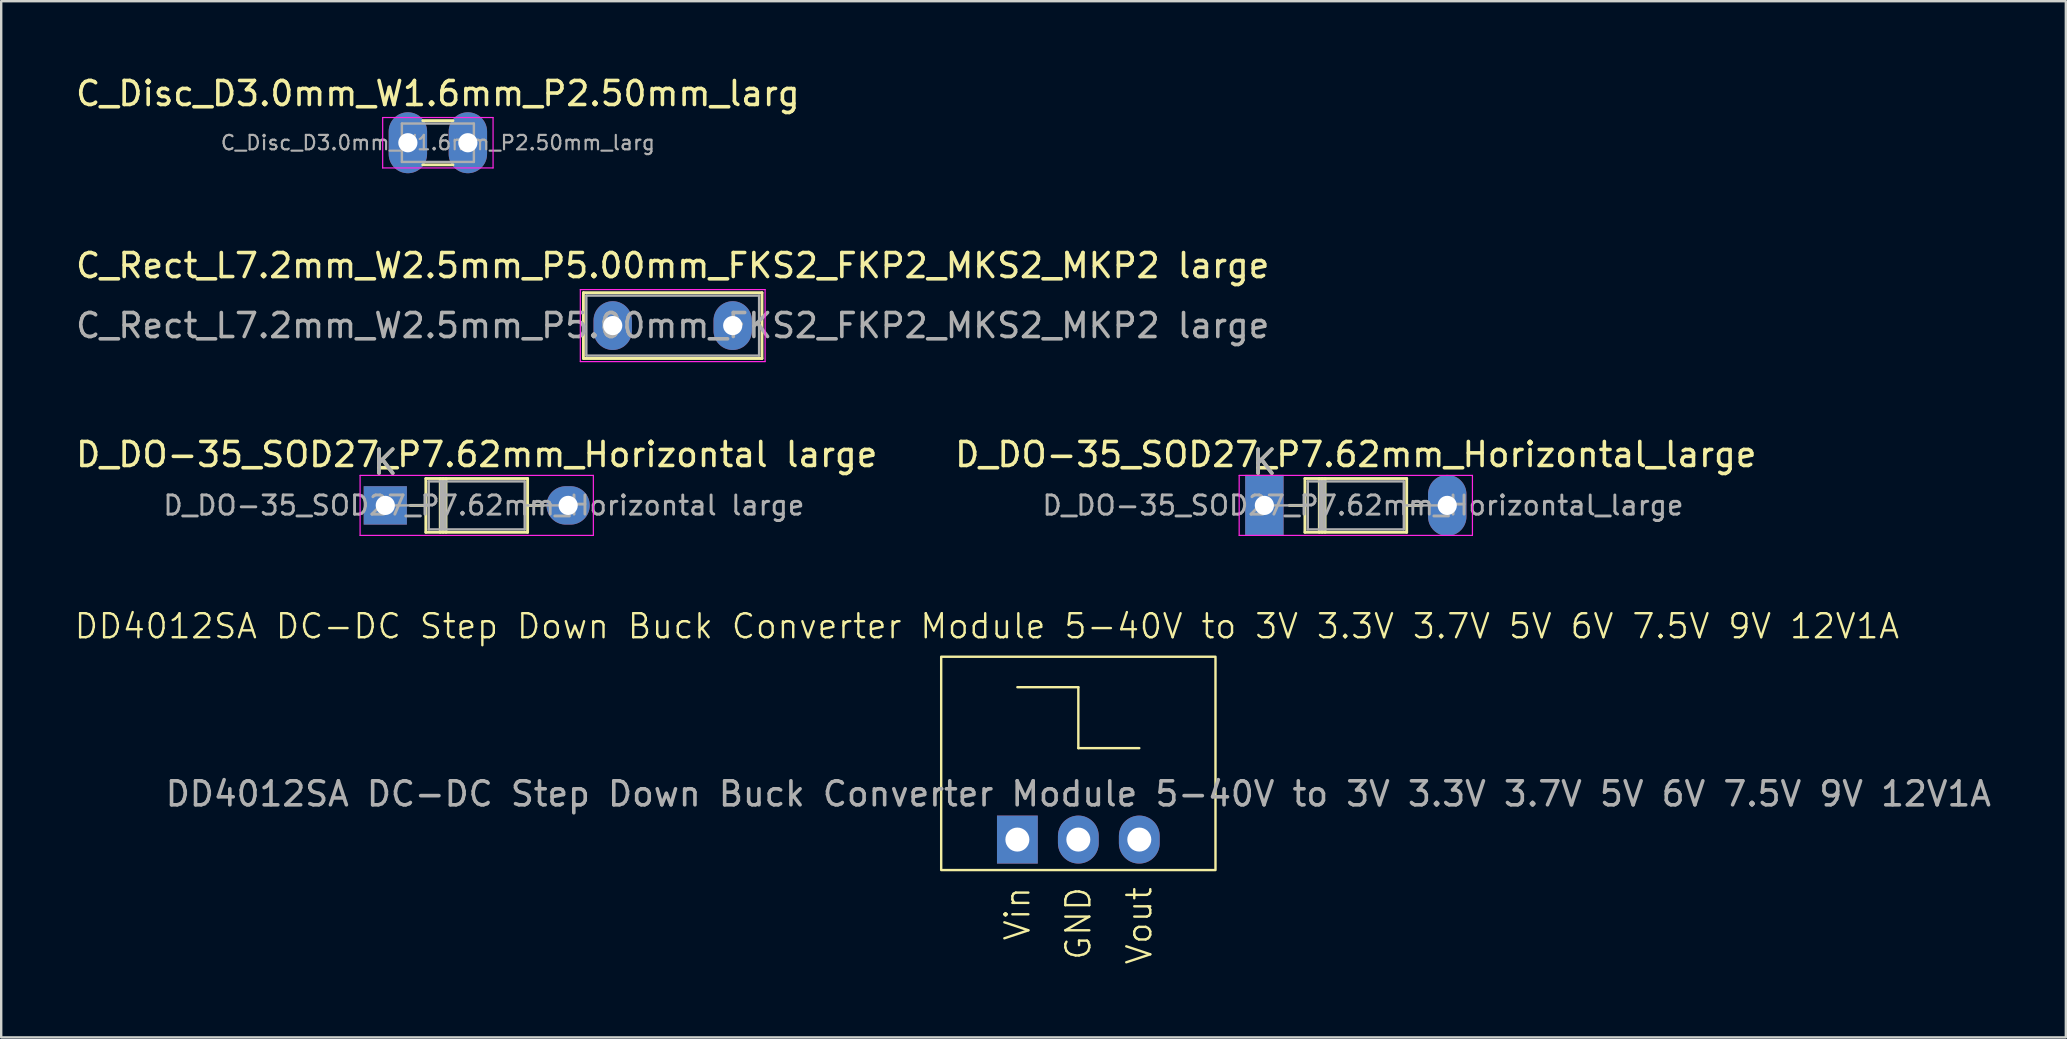
<source format=kicad_pcb>
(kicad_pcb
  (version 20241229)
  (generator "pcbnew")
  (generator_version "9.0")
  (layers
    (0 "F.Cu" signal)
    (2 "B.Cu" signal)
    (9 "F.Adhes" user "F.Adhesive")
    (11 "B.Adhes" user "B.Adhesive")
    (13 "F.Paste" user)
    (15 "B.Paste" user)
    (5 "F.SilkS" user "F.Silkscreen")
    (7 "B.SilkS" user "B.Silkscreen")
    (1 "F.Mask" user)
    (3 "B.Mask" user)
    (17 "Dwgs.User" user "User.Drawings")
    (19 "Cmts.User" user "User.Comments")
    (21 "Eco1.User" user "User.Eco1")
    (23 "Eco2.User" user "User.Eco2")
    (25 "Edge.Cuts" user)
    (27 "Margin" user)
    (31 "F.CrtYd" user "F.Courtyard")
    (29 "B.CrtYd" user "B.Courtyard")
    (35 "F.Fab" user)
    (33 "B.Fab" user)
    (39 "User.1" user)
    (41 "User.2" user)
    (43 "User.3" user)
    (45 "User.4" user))
  (footprint "D_DO-35_SOD27_P7.62mm_Horizontal large"
    (layer "F.Cu")
    (at 13.005 18.01)
    (property "Reference" "D_DO-35_SOD27_P7.62mm_Horizontal large" (at 3.81 -2.12 0) (layer "F.SilkS") (effects (font (size 1 1) (thickness 0.15))))
    (attr through_hole)
    (fp_line (start 1.04 0) (end 1.69 0) (stroke (width 0.12) (type solid)) (layer "F.SilkS"))
    (fp_line (start 1.69 -1.12) (end 1.69 1.12) (stroke (width 0.12) (type solid)) (layer "F.SilkS"))
    (fp_line (start 1.69 1.12) (end 5.93 1.12) (stroke (width 0.12) (type solid)) (layer "F.SilkS"))
    (fp_line (start 2.29 -1.12) (end 2.29 1.12) (stroke (width 0.12) (type solid)) (layer "F.SilkS"))
    (fp_line (start 2.41 -1.12) (end 2.41 1.12) (stroke (width 0.12) (type solid)) (layer "F.SilkS"))
    (fp_line (start 2.53 -1.12) (end 2.53 1.12) (stroke (width 0.12) (type solid)) (layer "F.SilkS"))
    (fp_line (start 5.93 -1.12) (end 1.69 -1.12) (stroke (width 0.12) (type solid)) (layer "F.SilkS"))
    (fp_line (start 5.93 1.12) (end 5.93 -1.12) (stroke (width 0.12) (type solid)) (layer "F.SilkS"))
    (fp_line (start 6.58 0) (end 5.93 0) (stroke (width 0.12) (type solid)) (layer "F.SilkS"))
    (fp_line (start -1.05 -1.25) (end -1.05 1.25) (stroke (width 0.05) (type solid)) (layer "F.CrtYd"))
    (fp_line (start -1.05 1.25) (end 8.67 1.25) (stroke (width 0.05) (type solid)) (layer "F.CrtYd"))
    (fp_line (start 8.67 -1.25) (end -1.05 -1.25) (stroke (width 0.05) (type solid)) (layer "F.CrtYd"))
    (fp_line (start 8.67 1.25) (end 8.67 -1.25) (stroke (width 0.05) (type solid)) (layer "F.CrtYd"))
    (fp_line (start 0 0) (end 1.81 0) (stroke (width 0.1) (type solid)) (layer "F.Fab"))
    (fp_line (start 1.81 -1) (end 1.81 1) (stroke (width 0.1) (type solid)) (layer "F.Fab"))
    (fp_line (start 1.81 1) (end 5.81 1) (stroke (width 0.1) (type solid)) (layer "F.Fab"))
    (fp_line (start 2.31 -1) (end 2.31 1) (stroke (width 0.1) (type solid)) (layer "F.Fab"))
    (fp_line (start 2.41 -1) (end 2.41 1) (stroke (width 0.1) (type solid)) (layer "F.Fab"))
    (fp_line (start 2.51 -1) (end 2.51 1) (stroke (width 0.1) (type solid)) (layer "F.Fab"))
    (fp_line (start 5.81 -1) (end 1.81 -1) (stroke (width 0.1) (type solid)) (layer "F.Fab"))
    (fp_line (start 5.81 1) (end 5.81 -1) (stroke (width 0.1) (type solid)) (layer "F.Fab"))
    (fp_line (start 7.62 0) (end 5.81 0) (stroke (width 0.1) (type solid)) (layer "F.Fab"))
    (fp_text user "K" (at 0 -1.8 0) (layer "F.SilkS") (effects (font (size 1 1) (thickness 0.15))))
    (fp_text user "${REFERENCE}" (at 4.11 0 0) (layer "F.Fab") (effects (font (size 0.8 0.8) (thickness 0.12))))
    (fp_text user "K" (at 0 -1.8 0) (layer "F.Fab") (effects (font (size 1 1) (thickness 0.15))))
    (pad "1" thru_hole rect (at 0 0) (size 1.8 1.6) (drill 0.8) (layers "*.Cu" "*.Mask"))
    (pad "2" thru_hole oval (at 7.62 0) (size 1.8 1.6) (drill 0.8) (layers "*.Cu" "*.Mask")))
  (footprint "DD4012SA DC-DC Step Down Buck Converter Module 5-40V to 3V 3.3V 3.7V 5V 6V 7.5V 9V 12V1A"
    (layer "F.Cu")
    (at 39.344 31.935)
    (property "Reference" "DD4012SA DC-DC Step Down Buck Converter Module 5-40V to 3V 3.3V 3.7V 5V 6V 7.5V 9V 12V1A" (at -1.27 -8.89 0) (unlocked yes) (layer "F.SilkS") (effects (font (size 1 1) (thickness 0.1))))
    (attr through_hole)
    (fp_line (start 0 -6.35) (end 2.54 -6.35) (stroke (width 0.1) (type default)) (layer "F.SilkS"))
    (fp_line (start 2.54 -6.35) (end 2.54 -3.81) (stroke (width 0.1) (type default)) (layer "F.SilkS"))
    (fp_line (start 2.54 -3.81) (end 5.08 -3.81) (stroke (width 0.1) (type default)) (layer "F.SilkS"))
    (fp_rect (start -3.175 -7.62) (end 8.255 1.27) (stroke (width 0.1) (type default)) (fill no) (layer "F.SilkS"))
    (fp_text user "Vin" (at 0 1.905 90) (unlocked yes) (layer "F.SilkS") (effects (font (size 1 1) (thickness 0.1)) (justify right)))
    (fp_text user "Vout" (at 5.08 1.905 90) (unlocked yes) (layer "F.SilkS") (effects (font (size 1 1) (thickness 0.1)) (justify right)))
    (fp_text user "GND" (at 2.54 1.905 90) (unlocked yes) (layer "F.SilkS") (effects (font (size 1 1) (thickness 0.1)) (justify right)))
    (fp_text user "${REFERENCE}" (at 2.54 -1.905 0) (unlocked yes) (layer "F.Fab") (effects (font (size 1 1) (thickness 0.15))))
    (pad "1" thru_hole rect (at 0 0) (size 1.7 2) (drill 1) (layers "*.Cu" "*.Mask"))
    (pad "2" thru_hole oval (at 2.54 0) (size 1.7 2) (drill 1) (layers "*.Cu" "*.Mask"))
    (pad "3" thru_hole oval (at 5.08 0) (size 1.7 2) (drill 1) (layers "*.Cu" "*.Mask")))
  (footprint "C_Disc_D3.0mm_W1.6mm_P2.50mm_larg"
    (layer "F.Cu")
    (at 13.946 2.898)
    (property "Reference" "C_Disc_D3.0mm_W1.6mm_P2.50mm_larg" (at 1.25 -2.05 0) (layer "F.SilkS") (effects (font (size 1 1) (thickness 0.15))))
    (attr through_hole)
    (fp_line (start 0.621 -0.92) (end 1.879 -0.92) (stroke (width 0.12) (type solid)) (layer "F.SilkS"))
    (fp_line (start 0.621 0.92) (end 1.879 0.92) (stroke (width 0.12) (type solid)) (layer "F.SilkS"))
    (fp_line (start -1.05 -1.05) (end -1.05 1.05) (stroke (width 0.05) (type solid)) (layer "F.CrtYd"))
    (fp_line (start -1.05 1.05) (end 3.55 1.05) (stroke (width 0.05) (type solid)) (layer "F.CrtYd"))
    (fp_line (start 3.55 -1.05) (end -1.05 -1.05) (stroke (width 0.05) (type solid)) (layer "F.CrtYd"))
    (fp_line (start 3.55 1.05) (end 3.55 -1.05) (stroke (width 0.05) (type solid)) (layer "F.CrtYd"))
    (fp_line (start -0.25 -0.8) (end -0.25 0.8) (stroke (width 0.1) (type solid)) (layer "F.Fab"))
    (fp_line (start -0.25 0.8) (end 2.75 0.8) (stroke (width 0.1) (type solid)) (layer "F.Fab"))
    (fp_line (start 2.75 -0.8) (end -0.25 -0.8) (stroke (width 0.1) (type solid)) (layer "F.Fab"))
    (fp_line (start 2.75 0.8) (end 2.75 -0.8) (stroke (width 0.1) (type solid)) (layer "F.Fab"))
    (fp_text user "${REFERENCE}" (at 1.25 0 0) (layer "F.Fab") (effects (font (size 0.6 0.6) (thickness 0.09))))
    (pad "1" thru_hole oval (at 0 0) (size 1.6 2.54) (drill 0.8) (layers "*.Cu" "*.Mask"))
    (pad "2" thru_hole oval (at 2.5 0) (size 1.6 2.54) (drill 0.8) (layers "*.Cu" "*.Mask")))
  (footprint "C_Rect_L7.2mm_W2.5mm_P5.00mm_FKS2_FKP2_MKS2_MKP2 large"
    (layer "F.Cu")
    (at 22.482 10.517)
    (property "Reference" "C_Rect_L7.2mm_W2.5mm_P5.00mm_FKS2_FKP2_MKS2_MKP2 large" (at 2.5 -2.5 0) (layer "F.SilkS") (effects (font (size 1 1) (thickness 0.15))))
    (attr through_hole)
    (fp_line (start -1.22 -1.37) (end -1.22 1.37) (stroke (width 0.12) (type solid)) (layer "F.SilkS"))
    (fp_line (start -1.22 -1.37) (end 6.22 -1.37) (stroke (width 0.12) (type solid)) (layer "F.SilkS"))
    (fp_line (start -1.22 1.37) (end 6.22 1.37) (stroke (width 0.12) (type solid)) (layer "F.SilkS"))
    (fp_line (start 6.22 -1.37) (end 6.22 1.37) (stroke (width 0.12) (type solid)) (layer "F.SilkS"))
    (fp_line (start -1.35 -1.5) (end -1.35 1.5) (stroke (width 0.05) (type solid)) (layer "F.CrtYd"))
    (fp_line (start -1.35 1.5) (end 6.35 1.5) (stroke (width 0.05) (type solid)) (layer "F.CrtYd"))
    (fp_line (start 6.35 -1.5) (end -1.35 -1.5) (stroke (width 0.05) (type solid)) (layer "F.CrtYd"))
    (fp_line (start 6.35 1.5) (end 6.35 -1.5) (stroke (width 0.05) (type solid)) (layer "F.CrtYd"))
    (fp_line (start -1.1 -1.25) (end -1.1 1.25) (stroke (width 0.1) (type solid)) (layer "F.Fab"))
    (fp_line (start -1.1 1.25) (end 6.1 1.25) (stroke (width 0.1) (type solid)) (layer "F.Fab"))
    (fp_line (start 6.1 -1.25) (end -1.1 -1.25) (stroke (width 0.1) (type solid)) (layer "F.Fab"))
    (fp_line (start 6.1 1.25) (end 6.1 -1.25) (stroke (width 0.1) (type solid)) (layer "F.Fab"))
    (fp_text user "${REFERENCE}" (at 2.5 0 0) (layer "F.Fab") (effects (font (size 1 1) (thickness 0.15))))
    (pad "1" thru_hole oval (at 0 0) (size 1.6 2.032) (drill 0.8) (layers "*.Cu" "*.Mask"))
    (pad "2" thru_hole oval (at 5 0) (size 1.6 2.032) (drill 0.8) (layers "*.Cu" "*.Mask")))
  (footprint "D_DO-35_SOD27_P7.62mm_Horizontal_large"
    (layer "F.Cu")
    (at 49.636 18.01)
    (property "Reference" "D_DO-35_SOD27_P7.62mm_Horizontal_large" (at 3.81 -2.12 0) (layer "F.SilkS") (effects (font (size 1 1) (thickness 0.15))))
    (attr through_hole)
    (fp_line (start 1.04 0) (end 1.69 0) (stroke (width 0.12) (type solid)) (layer "F.SilkS"))
    (fp_line (start 1.69 -1.12) (end 1.69 1.12) (stroke (width 0.12) (type solid)) (layer "F.SilkS"))
    (fp_line (start 1.69 1.12) (end 5.93 1.12) (stroke (width 0.12) (type solid)) (layer "F.SilkS"))
    (fp_line (start 2.29 -1.12) (end 2.29 1.12) (stroke (width 0.12) (type solid)) (layer "F.SilkS"))
    (fp_line (start 2.41 -1.12) (end 2.41 1.12) (stroke (width 0.12) (type solid)) (layer "F.SilkS"))
    (fp_line (start 2.53 -1.12) (end 2.53 1.12) (stroke (width 0.12) (type solid)) (layer "F.SilkS"))
    (fp_line (start 5.93 -1.12) (end 1.69 -1.12) (stroke (width 0.12) (type solid)) (layer "F.SilkS"))
    (fp_line (start 5.93 1.12) (end 5.93 -1.12) (stroke (width 0.12) (type solid)) (layer "F.SilkS"))
    (fp_line (start 6.58 0) (end 5.93 0) (stroke (width 0.12) (type solid)) (layer "F.SilkS"))
    (fp_line (start -1.05 -1.25) (end -1.05 1.25) (stroke (width 0.05) (type solid)) (layer "F.CrtYd"))
    (fp_line (start -1.05 1.25) (end 8.67 1.25) (stroke (width 0.05) (type solid)) (layer "F.CrtYd"))
    (fp_line (start 8.67 -1.25) (end -1.05 -1.25) (stroke (width 0.05) (type solid)) (layer "F.CrtYd"))
    (fp_line (start 8.67 1.25) (end 8.67 -1.25) (stroke (width 0.05) (type solid)) (layer "F.CrtYd"))
    (fp_line (start 0 0) (end 1.81 0) (stroke (width 0.1) (type solid)) (layer "F.Fab"))
    (fp_line (start 1.81 -1) (end 1.81 1) (stroke (width 0.1) (type solid)) (layer "F.Fab"))
    (fp_line (start 1.81 1) (end 5.81 1) (stroke (width 0.1) (type solid)) (layer "F.Fab"))
    (fp_line (start 2.31 -1) (end 2.31 1) (stroke (width 0.1) (type solid)) (layer "F.Fab"))
    (fp_line (start 2.41 -1) (end 2.41 1) (stroke (width 0.1) (type solid)) (layer "F.Fab"))
    (fp_line (start 2.51 -1) (end 2.51 1) (stroke (width 0.1) (type solid)) (layer "F.Fab"))
    (fp_line (start 5.81 -1) (end 1.81 -1) (stroke (width 0.1) (type solid)) (layer "F.Fab"))
    (fp_line (start 5.81 1) (end 5.81 -1) (stroke (width 0.1) (type solid)) (layer "F.Fab"))
    (fp_line (start 7.62 0) (end 5.81 0) (stroke (width 0.1) (type solid)) (layer "F.Fab"))
    (fp_text user "K" (at 0 -1.8 0) (layer "F.SilkS") (effects (font (size 1 1) (thickness 0.15))))
    (fp_text user "${REFERENCE}" (at 4.11 0 0) (layer "F.Fab") (effects (font (size 0.8 0.8) (thickness 0.12))))
    (fp_text user "K" (at 0 -1.8 0) (layer "F.Fab") (effects (font (size 1 1) (thickness 0.15))))
    (pad "1" thru_hole rect (at 0 0) (size 1.6 2.54) (drill 0.8) (layers "*.Cu" "*.Mask"))
    (pad "2" thru_hole oval (at 7.62 0) (size 1.6 2.54) (drill 0.8) (layers "*.Cu" "*.Mask")))
  (gr_rect
    (start -3 -3)
    (end 83.033 40.178)
    (stroke (width 0.1) (type default))
    (fill no)
    (layer "Edge.Cuts")))
</source>
